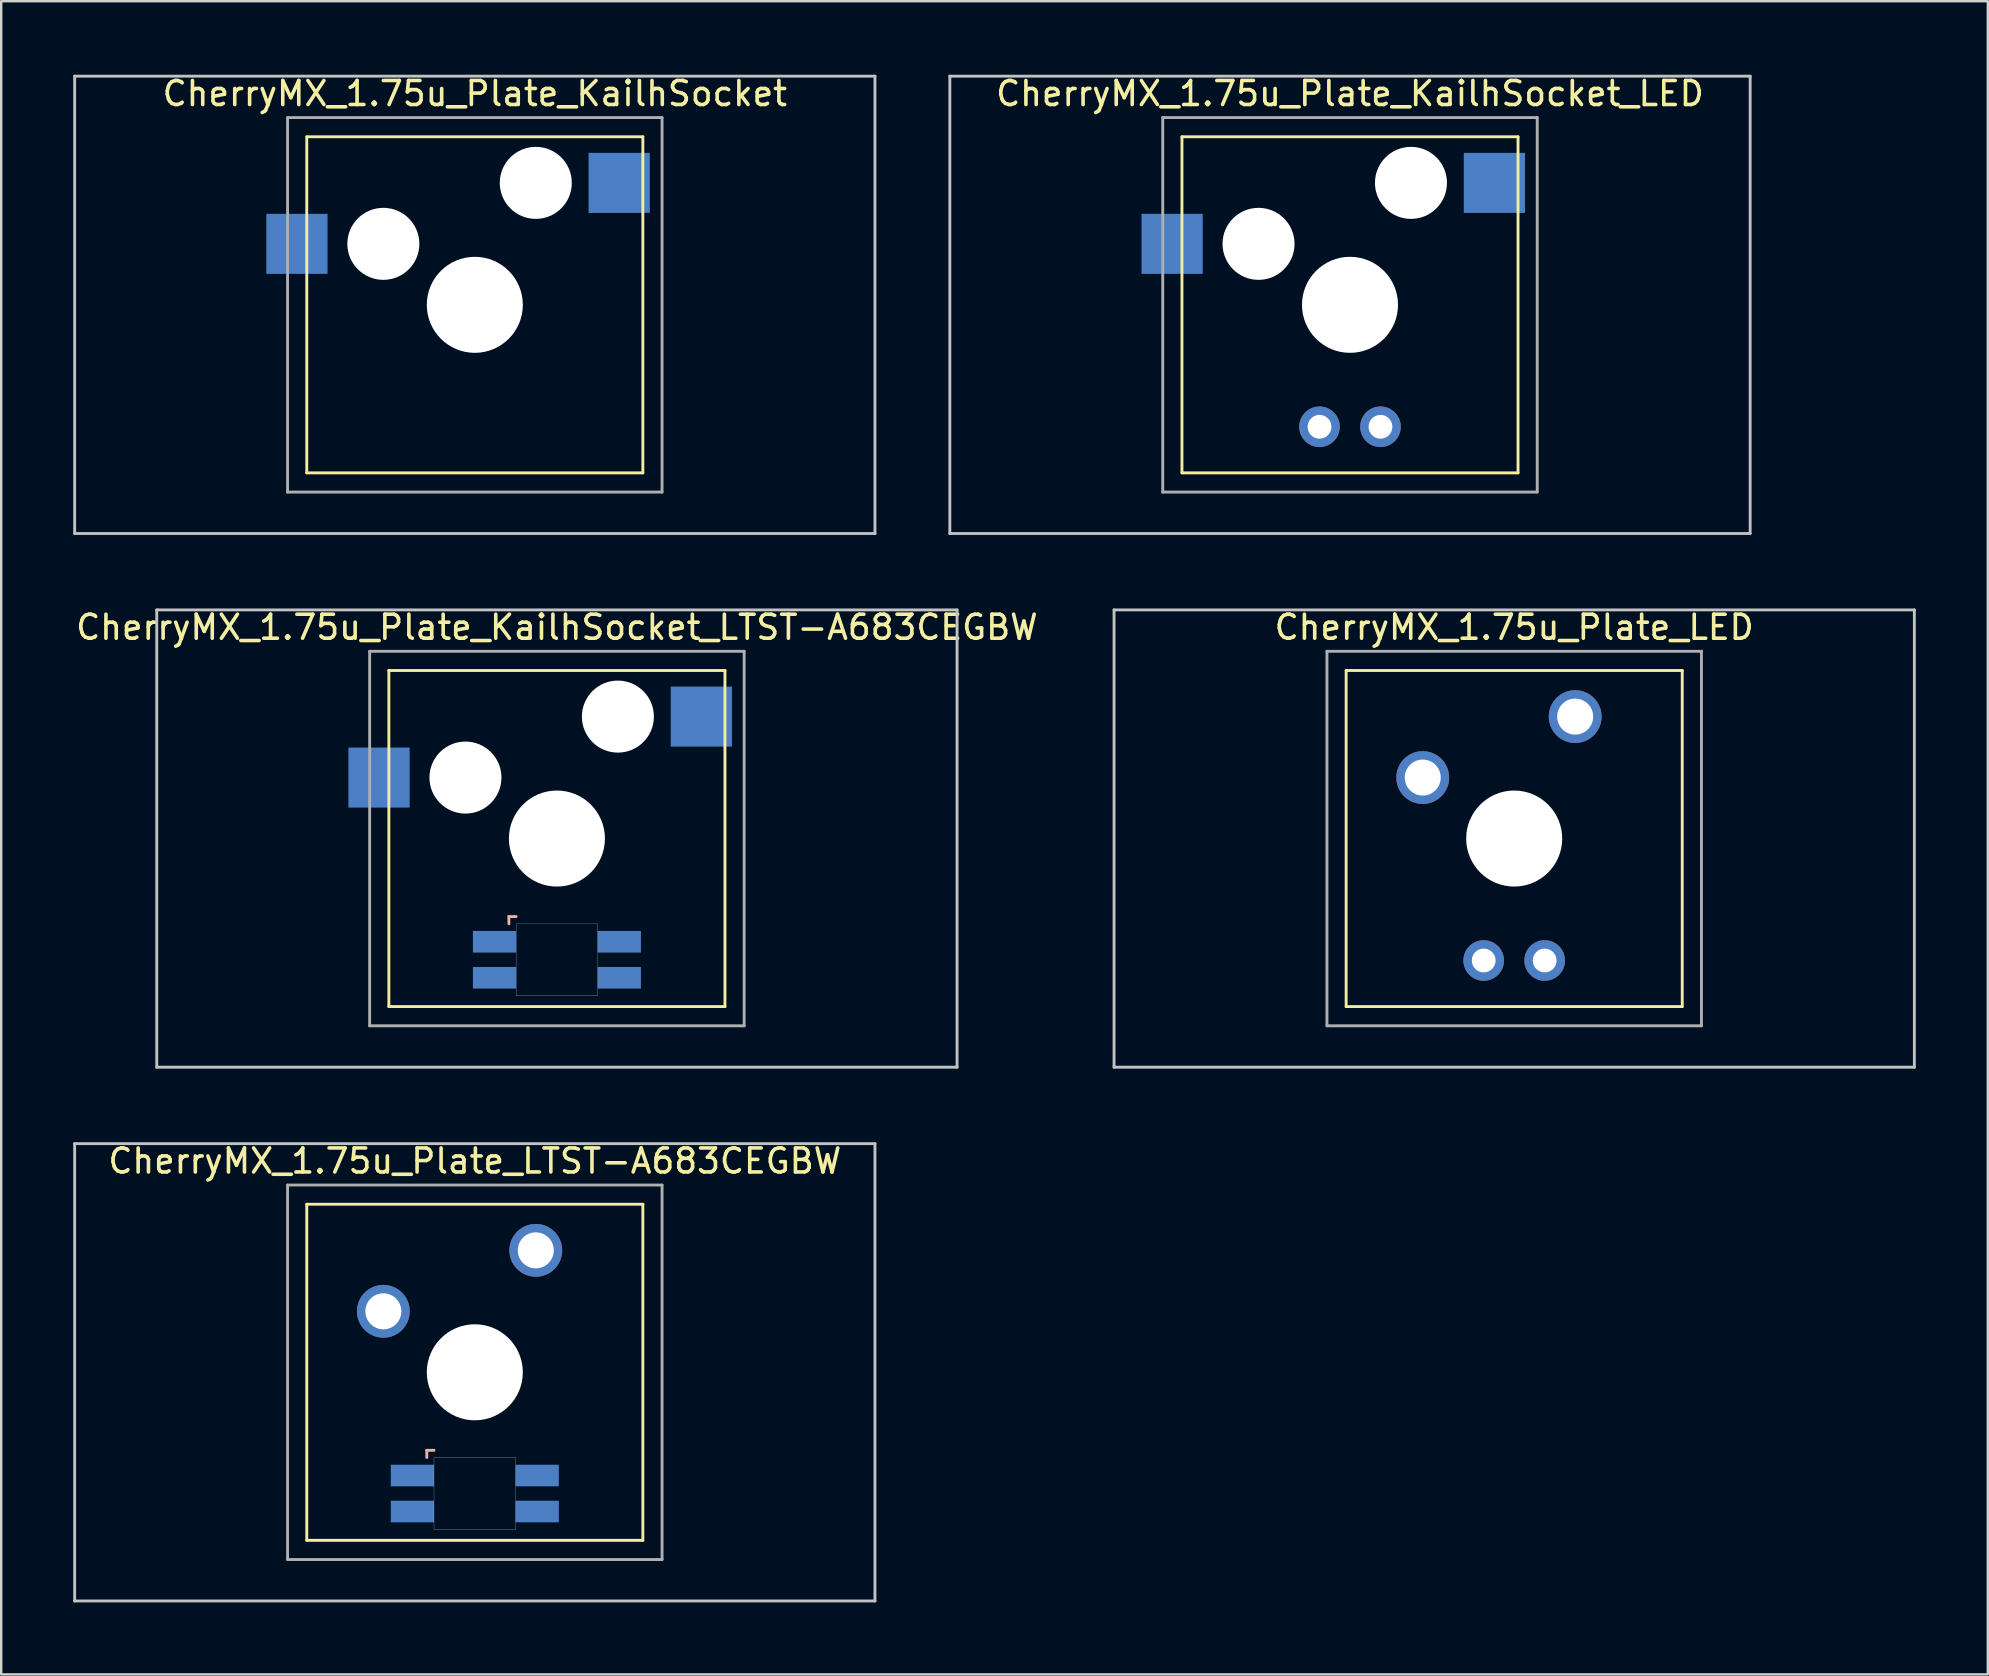
<source format=kicad_pcb>
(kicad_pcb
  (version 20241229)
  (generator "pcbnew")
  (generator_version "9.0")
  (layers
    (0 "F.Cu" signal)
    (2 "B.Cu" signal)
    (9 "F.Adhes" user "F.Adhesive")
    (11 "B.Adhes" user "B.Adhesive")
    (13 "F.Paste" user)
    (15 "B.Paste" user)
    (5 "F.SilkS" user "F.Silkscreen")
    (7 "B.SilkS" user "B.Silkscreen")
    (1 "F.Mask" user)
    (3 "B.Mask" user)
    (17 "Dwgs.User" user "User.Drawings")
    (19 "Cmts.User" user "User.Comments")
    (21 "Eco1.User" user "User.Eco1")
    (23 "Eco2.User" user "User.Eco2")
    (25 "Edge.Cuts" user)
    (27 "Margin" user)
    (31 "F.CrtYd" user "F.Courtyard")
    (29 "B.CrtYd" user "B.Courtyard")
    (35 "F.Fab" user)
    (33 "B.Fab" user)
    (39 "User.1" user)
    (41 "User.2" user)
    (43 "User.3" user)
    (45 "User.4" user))
  (footprint "CherryMX_1.75u_Plate_LED"
    (layer "F.Cu")
    (at 60.026 31.881)
    (property "Reference" "CherryMX_1.75u_Plate_LED" (at 0 -8.8 0) (layer "F.SilkS") (effects (font (size 1 1) (thickness 0.15))))
    (attr through_hole)
    (fp_line (start -7 -7) (end -7 7) (stroke (width 0.12) (type solid)) (layer "F.SilkS"))
    (fp_line (start -7 -7) (end 7 -7) (stroke (width 0.12) (type solid)) (layer "F.SilkS"))
    (fp_line (start 7 -7) (end 7 7) (stroke (width 0.12) (type solid)) (layer "F.SilkS"))
    (fp_line (start 7 7) (end -7 7) (stroke (width 0.12) (type solid)) (layer "F.SilkS"))
    (fp_line (start -16.669 -9.525) (end 16.669 -9.525) (stroke (width 0.12) (type solid)) (layer "Dwgs.User"))
    (fp_line (start -16.669 9.525) (end -16.669 -9.525) (stroke (width 0.12) (type solid)) (layer "Dwgs.User"))
    (fp_line (start 16.669 -9.525) (end 16.669 9.525) (stroke (width 0.12) (type solid)) (layer "Dwgs.User"))
    (fp_line (start 16.669 9.525) (end -16.669 9.525) (stroke (width 0.12) (type solid)) (layer "Dwgs.User"))
    (fp_line (start -7.8 -7.8) (end -7.8 7.8) (stroke (width 0.12) (type solid)) (layer "F.Fab"))
    (fp_line (start -7.8 -7.8) (end 7.8 -7.8) (stroke (width 0.12) (type solid)) (layer "F.Fab"))
    (fp_line (start -7.8 7.8) (end 7.8 7.8) (stroke (width 0.12) (type solid)) (layer "F.Fab"))
    (fp_line (start 7.8 -7.8) (end 7.8 7.8) (stroke (width 0.12) (type solid)) (layer "F.Fab"))
    (pad "" np_thru_hole circle (at 0 0) (size 4 4) (drill 4) (layers "*.Cu" "*.Mask"))
    (pad "1" thru_hole circle (at -3.81 -2.54) (size 2.2 2.2) (drill 1.5) (layers "*.Cu" "*.Mask"))
    (pad "2" thru_hole circle (at 2.54 -5.08) (size 2.2 2.2) (drill 1.5) (layers "*.Cu" "*.Mask"))
    (pad "3" thru_hole circle (at -1.27 5.08) (size 1.691 1.691) (drill 0.991) (layers "*.Cu" "*.Mask"))
    (pad "4" thru_hole circle (at 1.27 5.08) (size 1.691 1.691) (drill 0.991) (layers "*.Cu" "*.Mask")))
  (footprint "CherryMX_1.75u_Plate_LTST-A683CEGBW"
    (layer "F.Cu")
    (at 16.729 54.115)
    (property "Reference" "CherryMX_1.75u_Plate_LTST-A683CEGBW" (at 0 -8.8 0) (layer "F.SilkS") (effects (font (size 1 1) (thickness 0.15))))
    (attr through_hole)
    (fp_line (start -7 -7) (end -7 7) (stroke (width 0.12) (type solid)) (layer "F.SilkS"))
    (fp_line (start -7 -7) (end 7 -7) (stroke (width 0.12) (type solid)) (layer "F.SilkS"))
    (fp_line (start 7 -7) (end 7 7) (stroke (width 0.12) (type solid)) (layer "F.SilkS"))
    (fp_line (start 7 7) (end -7 7) (stroke (width 0.12) (type solid)) (layer "F.SilkS"))
    (fp_line (start -2 3.25) (end -2 3.55) (stroke (width 0.12) (type solid)) (layer "B.SilkS"))
    (fp_line (start -1.7 3.25) (end -2 3.25) (stroke (width 0.12) (type solid)) (layer "B.SilkS"))
    (fp_line (start -16.669 -9.525) (end 16.669 -9.525) (stroke (width 0.12) (type solid)) (layer "Dwgs.User"))
    (fp_line (start -16.669 9.525) (end -16.669 -9.525) (stroke (width 0.12) (type solid)) (layer "Dwgs.User"))
    (fp_line (start 16.669 -9.525) (end 16.669 9.525) (stroke (width 0.12) (type solid)) (layer "Dwgs.User"))
    (fp_line (start 16.669 9.525) (end -16.669 9.525) (stroke (width 0.12) (type solid)) (layer "Dwgs.User"))
    (fp_poly (pts (xy 1.7 6.55) (xy -1.7 6.55) (xy -1.7 3.55) (xy 1.7 3.55)) (stroke (width 0.01) (type solid)) (fill no) (layer "Edge.Cuts"))
    (fp_line (start -7.8 -7.8) (end -7.8 7.8) (stroke (width 0.12) (type solid)) (layer "F.Fab"))
    (fp_line (start -7.8 -7.8) (end 7.8 -7.8) (stroke (width 0.12) (type solid)) (layer "F.Fab"))
    (fp_line (start -7.8 7.8) (end 7.8 7.8) (stroke (width 0.12) (type solid)) (layer "F.Fab"))
    (fp_line (start 7.8 -7.8) (end 7.8 7.8) (stroke (width 0.12) (type solid)) (layer "F.Fab"))
    (pad "" np_thru_hole circle (at 0 0) (size 4 4) (drill 4) (layers "*.Cu" "*.Mask"))
    (pad "1" thru_hole circle (at -3.81 -2.54) (size 2.2 2.2) (drill 1.5) (layers "*.Cu" "*.Mask"))
    (pad "2" thru_hole circle (at 2.54 -5.08) (size 2.2 2.2) (drill 1.5) (layers "*.Cu" "*.Mask"))
    (pad "3" smd rect (at -2.6 4.3) (size 1.8 0.9) (layers "B.Cu" "B.Mask" "B.Paste"))
    (pad "4" smd rect (at -2.6 5.8) (size 1.8 0.9) (layers "B.Cu" "B.Mask" "B.Paste"))
    (pad "5" smd rect (at 2.6 4.3) (size 1.8 0.9) (layers "B.Cu" "B.Mask" "B.Paste"))
    (pad "6" smd rect (at 2.6 5.8) (size 1.8 0.9) (layers "B.Cu" "B.Mask" "B.Paste")))
  (footprint "CherryMX_1.75u_Plate_KailhSocket_LED"
    (layer "F.Cu")
    (at 53.186 9.648)
    (property "Reference" "CherryMX_1.75u_Plate_KailhSocket_LED" (at 0 -8.8 0) (layer "F.SilkS") (effects (font (size 1 1) (thickness 0.15))))
    (attr through_hole)
    (fp_line (start -7 -7) (end -7 7) (stroke (width 0.12) (type solid)) (layer "F.SilkS"))
    (fp_line (start -7 -7) (end 7 -7) (stroke (width 0.12) (type solid)) (layer "F.SilkS"))
    (fp_line (start 7 -7) (end 7 7) (stroke (width 0.12) (type solid)) (layer "F.SilkS"))
    (fp_line (start 7 7) (end -7 7) (stroke (width 0.12) (type solid)) (layer "F.SilkS"))
    (fp_line (start -16.669 -9.525) (end 16.669 -9.525) (stroke (width 0.12) (type solid)) (layer "Dwgs.User"))
    (fp_line (start -16.669 9.525) (end -16.669 -9.525) (stroke (width 0.12) (type solid)) (layer "Dwgs.User"))
    (fp_line (start 16.669 -9.525) (end 16.669 9.525) (stroke (width 0.12) (type solid)) (layer "Dwgs.User"))
    (fp_line (start 16.669 9.525) (end -16.669 9.525) (stroke (width 0.12) (type solid)) (layer "Dwgs.User"))
    (fp_line (start -7.8 -7.8) (end -7.8 7.8) (stroke (width 0.12) (type solid)) (layer "F.Fab"))
    (fp_line (start -7.8 -7.8) (end 7.8 -7.8) (stroke (width 0.12) (type solid)) (layer "F.Fab"))
    (fp_line (start -7.8 7.8) (end 7.8 7.8) (stroke (width 0.12) (type solid)) (layer "F.Fab"))
    (fp_line (start 7.8 -7.8) (end 7.8 7.8) (stroke (width 0.12) (type solid)) (layer "F.Fab"))
    (pad "" np_thru_hole circle (at -3.81 -2.54) (size 3 3) (drill 3) (layers "*.Cu" "*.Mask"))
    (pad "" np_thru_hole circle (at 0 0) (size 4 4) (drill 4) (layers "*.Cu" "*.Mask"))
    (pad "" np_thru_hole circle (at 2.54 -5.08) (size 3 3) (drill 3) (layers "*.Cu" "*.Mask"))
    (pad "1" smd rect (at -7.41 -2.54) (size 2.55 2.5) (layers "B.Cu" "B.Mask" "B.Paste"))
    (pad "2" smd rect (at 6.015 -5.08) (size 2.55 2.5) (layers "B.Cu" "B.Mask" "B.Paste"))
    (pad "3" thru_hole circle (at -1.27 5.08) (size 1.691 1.691) (drill 0.991) (layers "*.Cu" "*.Mask"))
    (pad "4" thru_hole circle (at 1.27 5.08) (size 1.691 1.691) (drill 0.991) (layers "*.Cu" "*.Mask")))
  (footprint "CherryMX_1.75u_Plate_KailhSocket_LTST-A683CEGBW"
    (layer "F.Cu")
    (at 20.149 31.881)
    (property "Reference" "CherryMX_1.75u_Plate_KailhSocket_LTST-A683CEGBW" (at 0 -8.8 0) (layer "F.SilkS") (effects (font (size 1 1) (thickness 0.15))))
    (attr through_hole)
    (fp_line (start -7 -7) (end -7 7) (stroke (width 0.12) (type solid)) (layer "F.SilkS"))
    (fp_line (start -7 -7) (end 7 -7) (stroke (width 0.12) (type solid)) (layer "F.SilkS"))
    (fp_line (start 7 -7) (end 7 7) (stroke (width 0.12) (type solid)) (layer "F.SilkS"))
    (fp_line (start 7 7) (end -7 7) (stroke (width 0.12) (type solid)) (layer "F.SilkS"))
    (fp_line (start -2 3.25) (end -2 3.55) (stroke (width 0.12) (type solid)) (layer "B.SilkS"))
    (fp_line (start -1.7 3.25) (end -2 3.25) (stroke (width 0.12) (type solid)) (layer "B.SilkS"))
    (fp_line (start -16.669 -9.525) (end 16.669 -9.525) (stroke (width 0.12) (type solid)) (layer "Dwgs.User"))
    (fp_line (start -16.669 9.525) (end -16.669 -9.525) (stroke (width 0.12) (type solid)) (layer "Dwgs.User"))
    (fp_line (start 16.669 -9.525) (end 16.669 9.525) (stroke (width 0.12) (type solid)) (layer "Dwgs.User"))
    (fp_line (start 16.669 9.525) (end -16.669 9.525) (stroke (width 0.12) (type solid)) (layer "Dwgs.User"))
    (fp_poly (pts (xy 1.7 6.55) (xy -1.7 6.55) (xy -1.7 3.55) (xy 1.7 3.55)) (stroke (width 0.01) (type solid)) (fill no) (layer "Edge.Cuts"))
    (fp_line (start -7.8 -7.8) (end -7.8 7.8) (stroke (width 0.12) (type solid)) (layer "F.Fab"))
    (fp_line (start -7.8 -7.8) (end 7.8 -7.8) (stroke (width 0.12) (type solid)) (layer "F.Fab"))
    (fp_line (start -7.8 7.8) (end 7.8 7.8) (stroke (width 0.12) (type solid)) (layer "F.Fab"))
    (fp_line (start 7.8 -7.8) (end 7.8 7.8) (stroke (width 0.12) (type solid)) (layer "F.Fab"))
    (pad "" np_thru_hole circle (at -3.81 -2.54) (size 3 3) (drill 3) (layers "*.Cu" "*.Mask"))
    (pad "" np_thru_hole circle (at 0 0) (size 4 4) (drill 4) (layers "*.Cu" "*.Mask"))
    (pad "" np_thru_hole circle (at 2.54 -5.08) (size 3 3) (drill 3) (layers "*.Cu" "*.Mask"))
    (pad "1" smd rect (at -7.41 -2.54) (size 2.55 2.5) (layers "B.Cu" "B.Mask" "B.Paste"))
    (pad "2" smd rect (at 6.015 -5.08) (size 2.55 2.5) (layers "B.Cu" "B.Mask" "B.Paste"))
    (pad "3" smd rect (at -2.6 4.3) (size 1.8 0.9) (layers "B.Cu" "B.Mask" "B.Paste"))
    (pad "4" smd rect (at -2.6 5.8) (size 1.8 0.9) (layers "B.Cu" "B.Mask" "B.Paste"))
    (pad "5" smd rect (at 2.6 4.3) (size 1.8 0.9) (layers "B.Cu" "B.Mask" "B.Paste"))
    (pad "6" smd rect (at 2.6 5.8) (size 1.8 0.9) (layers "B.Cu" "B.Mask" "B.Paste")))
  (footprint "CherryMX_1.75u_Plate_KailhSocket"
    (layer "F.Cu")
    (at 16.729 9.648)
    (property "Reference" "CherryMX_1.75u_Plate_KailhSocket" (at 0 -8.8 0) (layer "F.SilkS") (effects (font (size 1 1) (thickness 0.15))))
    (attr through_hole)
    (fp_line (start -7 -7) (end -7 7) (stroke (width 0.12) (type solid)) (layer "F.SilkS"))
    (fp_line (start -7 -7) (end 7 -7) (stroke (width 0.12) (type solid)) (layer "F.SilkS"))
    (fp_line (start 7 -7) (end 7 7) (stroke (width 0.12) (type solid)) (layer "F.SilkS"))
    (fp_line (start 7 7) (end -7 7) (stroke (width 0.12) (type solid)) (layer "F.SilkS"))
    (fp_line (start -16.669 -9.525) (end 16.669 -9.525) (stroke (width 0.12) (type solid)) (layer "Dwgs.User"))
    (fp_line (start -16.669 9.525) (end -16.669 -9.525) (stroke (width 0.12) (type solid)) (layer "Dwgs.User"))
    (fp_line (start 16.669 -9.525) (end 16.669 9.525) (stroke (width 0.12) (type solid)) (layer "Dwgs.User"))
    (fp_line (start 16.669 9.525) (end -16.669 9.525) (stroke (width 0.12) (type solid)) (layer "Dwgs.User"))
    (fp_line (start -7.8 -7.8) (end -7.8 7.8) (stroke (width 0.12) (type solid)) (layer "F.Fab"))
    (fp_line (start -7.8 -7.8) (end 7.8 -7.8) (stroke (width 0.12) (type solid)) (layer "F.Fab"))
    (fp_line (start -7.8 7.8) (end 7.8 7.8) (stroke (width 0.12) (type solid)) (layer "F.Fab"))
    (fp_line (start 7.8 -7.8) (end 7.8 7.8) (stroke (width 0.12) (type solid)) (layer "F.Fab"))
    (pad "" np_thru_hole circle (at -3.81 -2.54) (size 3 3) (drill 3) (layers "*.Cu" "*.Mask"))
    (pad "" np_thru_hole circle (at 0 0) (size 4 4) (drill 4) (layers "*.Cu" "*.Mask"))
    (pad "" np_thru_hole circle (at 2.54 -5.08) (size 3 3) (drill 3) (layers "*.Cu" "*.Mask"))
    (pad "1" smd rect (at -7.41 -2.54) (size 2.55 2.5) (layers "B.Cu" "B.Mask" "B.Paste"))
    (pad "2" smd rect (at 6.015 -5.08) (size 2.55 2.5) (layers "B.Cu" "B.Mask" "B.Paste")))
  (gr_rect
    (start -3 -3)
    (end 79.755 66.7)
    (stroke (width 0.1) (type default))
    (fill no)
    (layer "Edge.Cuts")))
</source>
